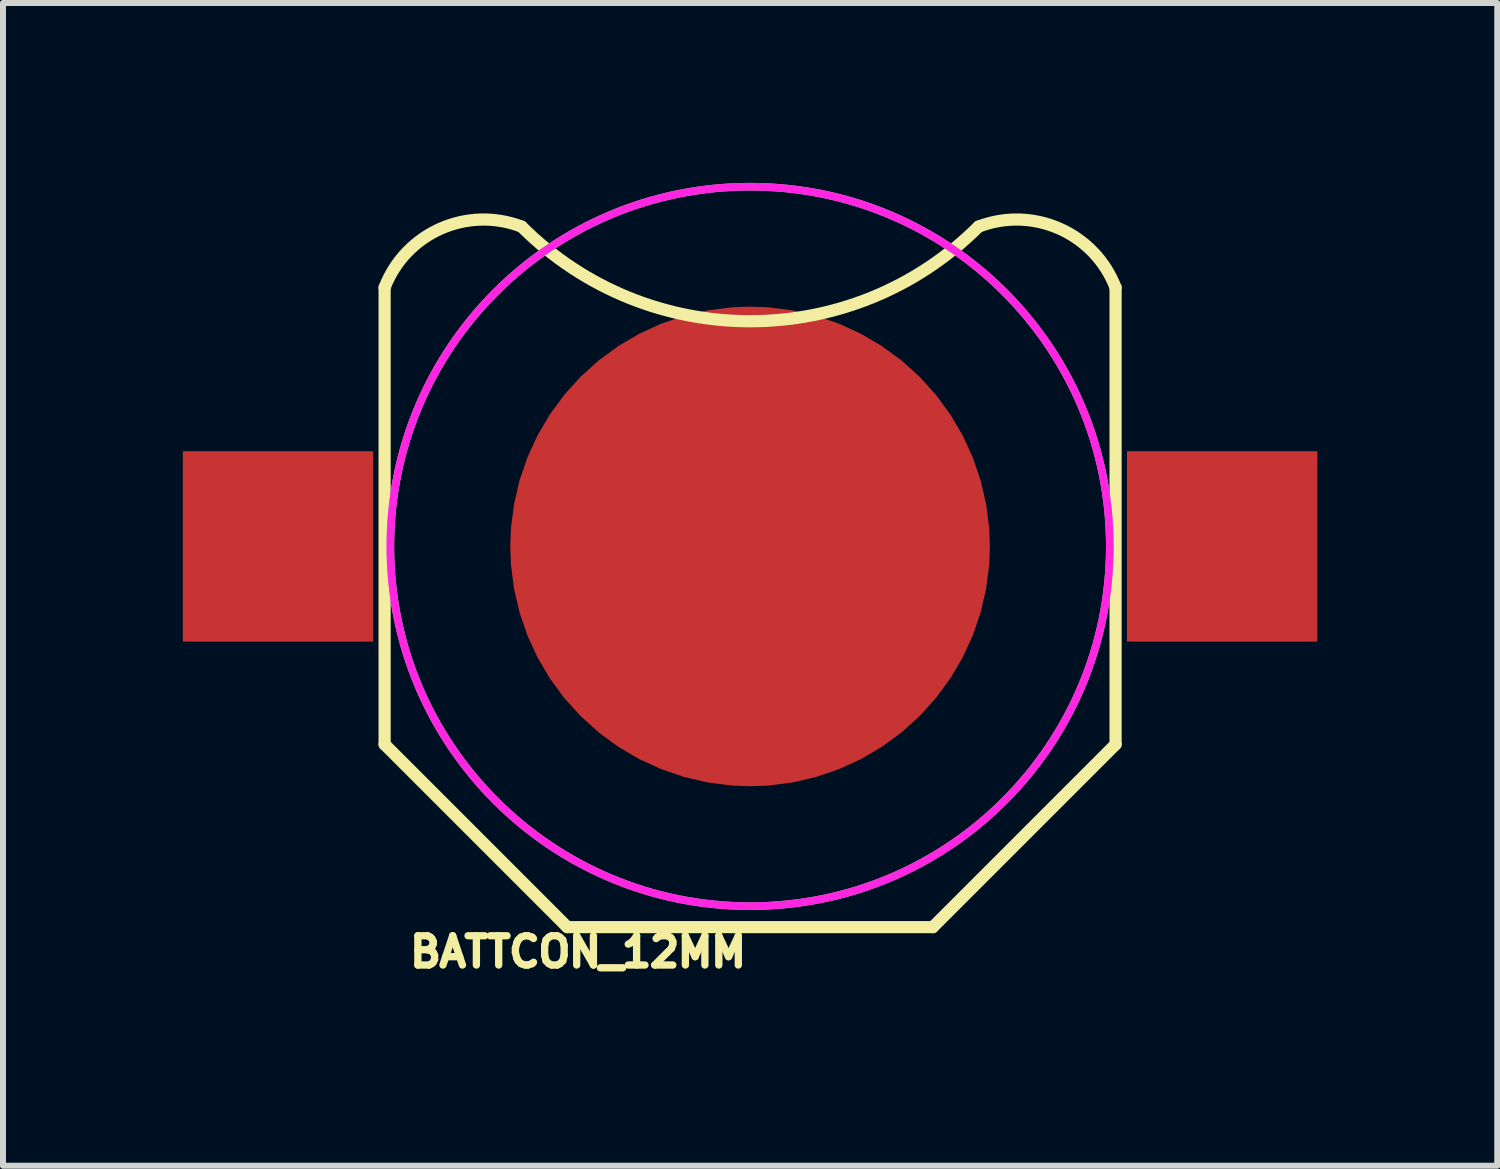
<source format=kicad_pcb>
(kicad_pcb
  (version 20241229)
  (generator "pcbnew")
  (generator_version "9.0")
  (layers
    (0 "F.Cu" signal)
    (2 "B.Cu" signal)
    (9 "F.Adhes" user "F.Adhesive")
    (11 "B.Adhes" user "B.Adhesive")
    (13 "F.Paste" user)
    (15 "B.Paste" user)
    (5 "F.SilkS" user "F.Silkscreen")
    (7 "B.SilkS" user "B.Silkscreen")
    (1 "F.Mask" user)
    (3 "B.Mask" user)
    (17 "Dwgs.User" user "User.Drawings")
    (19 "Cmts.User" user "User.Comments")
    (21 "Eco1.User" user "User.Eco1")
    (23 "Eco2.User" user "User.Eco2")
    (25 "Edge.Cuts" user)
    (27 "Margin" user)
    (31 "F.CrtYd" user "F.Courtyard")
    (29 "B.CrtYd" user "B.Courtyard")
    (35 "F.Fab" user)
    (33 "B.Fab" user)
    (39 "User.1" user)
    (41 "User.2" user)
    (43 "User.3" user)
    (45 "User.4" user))
  (footprint "BATTCON_12MM"
    (layer "F.Cu")
    (at 9.461 6.064)
    (property "Reference" "BATTCON_12MM" (at 0 6.477 0) (unlocked yes) (layer "F.SilkS") (effects (font (size 0.488 0.488) (thickness 0.122)) (justify right top)))
    (fp_line (start -6.096 3.302) (end -6.096 -4.318) (stroke (width 0.203) (type solid)) (layer "F.SilkS"))
    (fp_line (start -3.048 6.35) (end -6.096 3.302) (stroke (width 0.203) (type solid)) (layer "F.SilkS"))
    (fp_line (start 3.048 6.35) (end -3.048 6.35) (stroke (width 0.203) (type solid)) (layer "F.SilkS"))
    (fp_line (start 6.096 -4.318) (end 6.096 3.302) (stroke (width 0.203) (type solid)) (layer "F.SilkS"))
    (fp_line (start 6.096 3.302) (end 3.048 6.35) (stroke (width 0.203) (type solid)) (layer "F.SilkS"))
    (fp_arc (start -6.096 -4.318) (mid -5.16342 -5.299446) (end -3.81 -5.334) (stroke (width 0.2032) (type solid)) (layer "F.SilkS"))
    (fp_arc (start 3.81 -5.334) (mid 0 -3.755846) (end -3.81 -5.334) (stroke (width 0.2032) (type solid)) (layer "F.SilkS"))
    (fp_arc (start 3.81 -5.334) (mid 5.16342 -5.299446) (end 6.096 -4.318) (stroke (width 0.2032) (type solid)) (layer "F.SilkS"))
    (fp_circle (center 0 0) (end 1 0) (stroke (width 2) (type solid)) (fill no) (layer "F.Paste"))
    (fp_circle (center 0 0) (end 6 0) (stroke (width 0.127) (type solid)) (fill no) (layer "F.CrtYd"))
    (fp_circle (center 0 0) (end 6 0) (stroke (width 0.127) (type solid)) (fill no) (layer "F.Fab"))
    (pad "GND" smd roundrect (at 0 0) (size 8 8) (layers "F.Cu" "F.Mask") (roundrect_rratio 0.5))
    (pad "PWR@1" smd rect (at -7.874 0) (size 3.175 3.175) (layers "F.Cu" "F.Mask" "F.Paste"))
    (pad "PWR@2" smd rect (at 7.874 0) (size 3.175 3.175) (layers "F.Cu" "F.Mask" "F.Paste")))
  (gr_rect
    (start -3 -3)
    (end 21.923 16.394)
    (stroke (width 0.1) (type default))
    (fill no)
    (layer "Edge.Cuts")))
</source>
